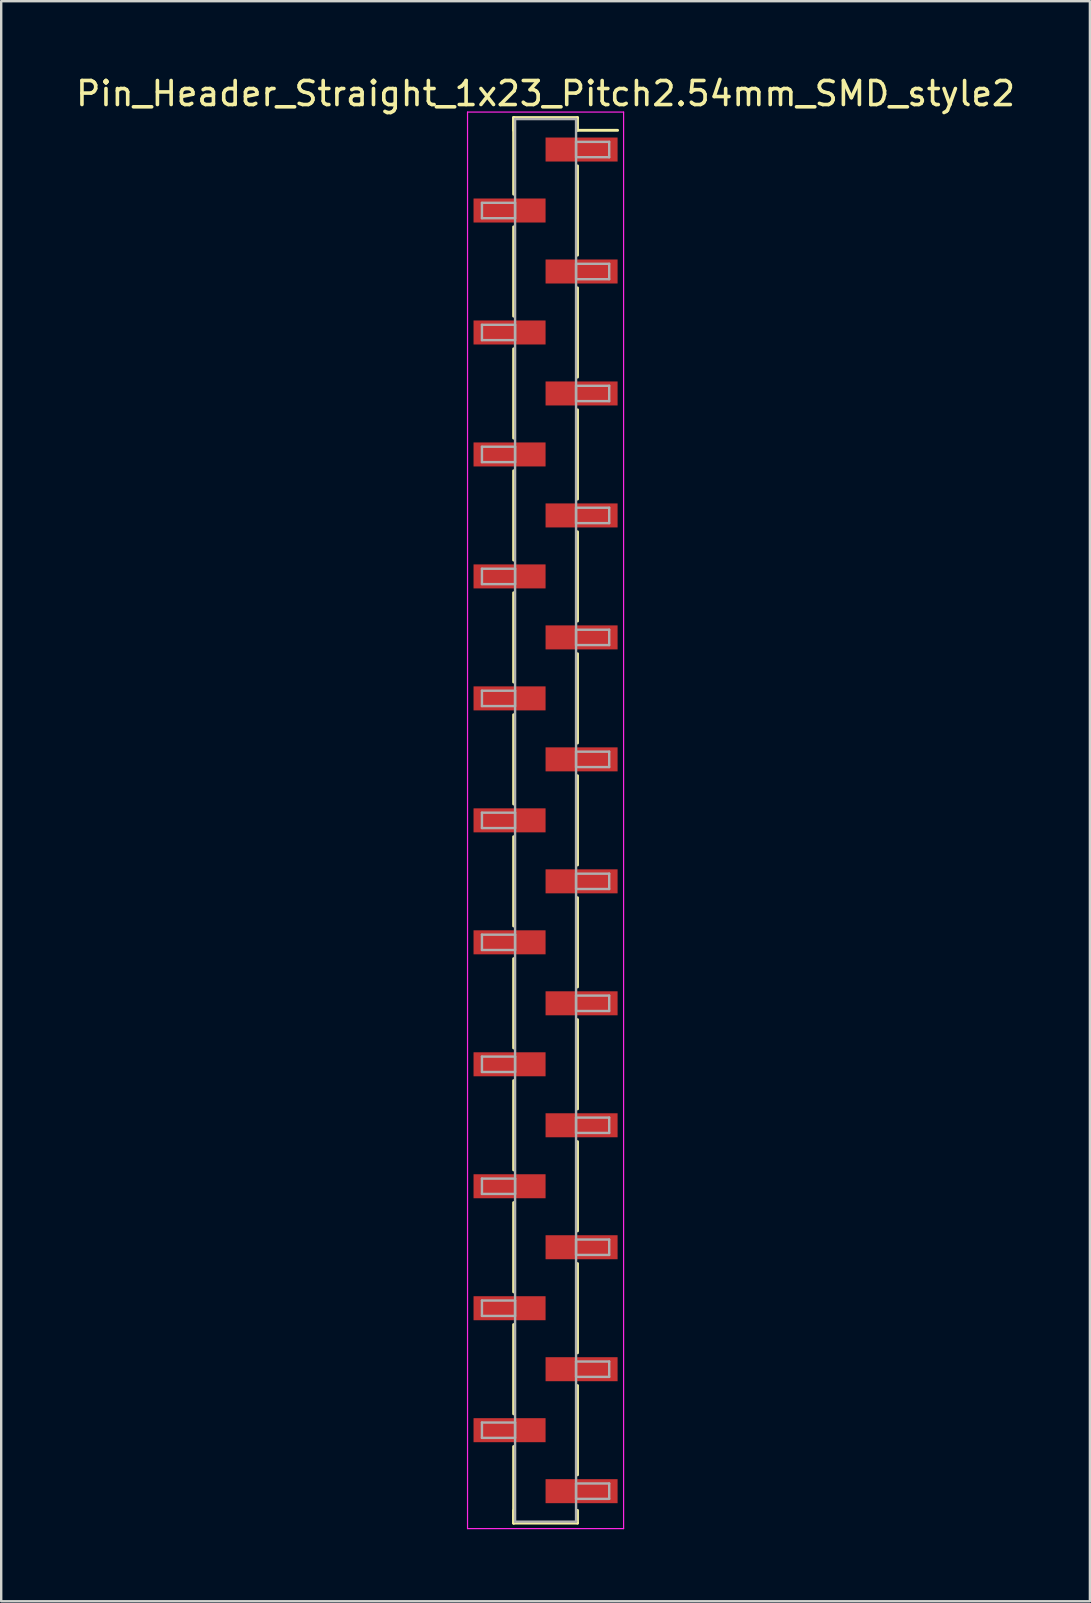
<source format=kicad_pcb>
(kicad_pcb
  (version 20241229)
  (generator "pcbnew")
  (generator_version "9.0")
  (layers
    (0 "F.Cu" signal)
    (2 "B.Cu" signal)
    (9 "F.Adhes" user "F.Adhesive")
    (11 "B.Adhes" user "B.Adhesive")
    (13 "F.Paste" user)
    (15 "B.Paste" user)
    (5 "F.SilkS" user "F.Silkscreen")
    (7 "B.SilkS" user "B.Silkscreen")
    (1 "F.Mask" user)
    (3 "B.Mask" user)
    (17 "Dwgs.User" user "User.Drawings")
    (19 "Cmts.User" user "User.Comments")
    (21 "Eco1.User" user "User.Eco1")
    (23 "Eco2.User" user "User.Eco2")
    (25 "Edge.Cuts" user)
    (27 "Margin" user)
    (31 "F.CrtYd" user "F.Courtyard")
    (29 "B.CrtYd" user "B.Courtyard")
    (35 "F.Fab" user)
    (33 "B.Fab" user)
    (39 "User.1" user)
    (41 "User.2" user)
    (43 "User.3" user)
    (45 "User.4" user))
  (footprint "Pin_Header_Straight_1x23_Pitch2.54mm_SMD_style2"
    (layer "F.Cu")
    (at 19.673 31.118)
    (property "Reference" "Pin_Header_Straight_1x23_Pitch2.54mm_SMD_style2" (at 0 -30.27 0) (layer "F.SilkS") (effects (font (size 1 1) (thickness 0.15))))
    (attr smd)
    (fp_line (start -1.33 -29.27) (end -1.33 -26.08) (stroke (width 0.12) (type solid)) (layer "F.SilkS"))
    (fp_line (start -1.33 -29.27) (end 1.33 -29.27) (stroke (width 0.12) (type solid)) (layer "F.SilkS"))
    (fp_line (start -1.33 -28.74) (end -1.33 -29.27) (stroke (width 0.12) (type solid)) (layer "F.SilkS"))
    (fp_line (start -1.33 -24.72) (end -1.33 -21) (stroke (width 0.12) (type solid)) (layer "F.SilkS"))
    (fp_line (start -1.33 -19.64) (end -1.33 -15.92) (stroke (width 0.12) (type solid)) (layer "F.SilkS"))
    (fp_line (start -1.33 -14.56) (end -1.33 -10.84) (stroke (width 0.12) (type solid)) (layer "F.SilkS"))
    (fp_line (start -1.33 -9.48) (end -1.33 -5.76) (stroke (width 0.12) (type solid)) (layer "F.SilkS"))
    (fp_line (start -1.33 -4.4) (end -1.33 -0.68) (stroke (width 0.12) (type solid)) (layer "F.SilkS"))
    (fp_line (start -1.33 0.68) (end -1.33 4.4) (stroke (width 0.12) (type solid)) (layer "F.SilkS"))
    (fp_line (start -1.33 5.76) (end -1.33 9.48) (stroke (width 0.12) (type solid)) (layer "F.SilkS"))
    (fp_line (start -1.33 10.84) (end -1.33 14.56) (stroke (width 0.12) (type solid)) (layer "F.SilkS"))
    (fp_line (start -1.33 15.92) (end -1.33 19.64) (stroke (width 0.12) (type solid)) (layer "F.SilkS"))
    (fp_line (start -1.33 21) (end -1.33 24.72) (stroke (width 0.12) (type solid)) (layer "F.SilkS"))
    (fp_line (start -1.33 26.08) (end -1.33 29.27) (stroke (width 0.12) (type solid)) (layer "F.SilkS"))
    (fp_line (start -1.33 28.74) (end -1.33 29.27) (stroke (width 0.12) (type solid)) (layer "F.SilkS"))
    (fp_line (start -1.33 29.27) (end 1.33 29.27) (stroke (width 0.12) (type solid)) (layer "F.SilkS"))
    (fp_line (start 1.33 -29.27) (end 1.33 -28.74) (stroke (width 0.12) (type solid)) (layer "F.SilkS"))
    (fp_line (start 1.33 -28.74) (end 3 -28.74) (stroke (width 0.12) (type solid)) (layer "F.SilkS"))
    (fp_line (start 1.33 -27.26) (end 1.33 -23.54) (stroke (width 0.12) (type solid)) (layer "F.SilkS"))
    (fp_line (start 1.33 -22.18) (end 1.33 -18.46) (stroke (width 0.12) (type solid)) (layer "F.SilkS"))
    (fp_line (start 1.33 -17.1) (end 1.33 -13.38) (stroke (width 0.12) (type solid)) (layer "F.SilkS"))
    (fp_line (start 1.33 -12.02) (end 1.33 -8.3) (stroke (width 0.12) (type solid)) (layer "F.SilkS"))
    (fp_line (start 1.33 -6.94) (end 1.33 -3.22) (stroke (width 0.12) (type solid)) (layer "F.SilkS"))
    (fp_line (start 1.33 -1.86) (end 1.33 1.86) (stroke (width 0.12) (type solid)) (layer "F.SilkS"))
    (fp_line (start 1.33 3.22) (end 1.33 6.94) (stroke (width 0.12) (type solid)) (layer "F.SilkS"))
    (fp_line (start 1.33 8.3) (end 1.33 12.02) (stroke (width 0.12) (type solid)) (layer "F.SilkS"))
    (fp_line (start 1.33 13.38) (end 1.33 17.1) (stroke (width 0.12) (type solid)) (layer "F.SilkS"))
    (fp_line (start 1.33 18.46) (end 1.33 22.18) (stroke (width 0.12) (type solid)) (layer "F.SilkS"))
    (fp_line (start 1.33 23.54) (end 1.33 27.26) (stroke (width 0.12) (type solid)) (layer "F.SilkS"))
    (fp_line (start 1.33 29.27) (end 1.33 28.74) (stroke (width 0.12) (type solid)) (layer "F.SilkS"))
    (fp_line (start -3.25 -29.5) (end -3.25 29.5) (stroke (width 0.05) (type solid)) (layer "F.CrtYd"))
    (fp_line (start -3.25 29.5) (end 3.25 29.5) (stroke (width 0.05) (type solid)) (layer "F.CrtYd"))
    (fp_line (start 3.25 -29.5) (end -3.25 -29.5) (stroke (width 0.05) (type solid)) (layer "F.CrtYd"))
    (fp_line (start 3.25 29.5) (end 3.25 -29.5) (stroke (width 0.05) (type solid)) (layer "F.CrtYd"))
    (fp_line (start -2.65 -25.72) (end -1.27 -25.72) (stroke (width 0.1) (type solid)) (layer "F.Fab"))
    (fp_line (start -2.65 -25.08) (end -2.65 -25.72) (stroke (width 0.1) (type solid)) (layer "F.Fab"))
    (fp_line (start -2.65 -20.64) (end -1.27 -20.64) (stroke (width 0.1) (type solid)) (layer "F.Fab"))
    (fp_line (start -2.65 -20) (end -2.65 -20.64) (stroke (width 0.1) (type solid)) (layer "F.Fab"))
    (fp_line (start -2.65 -15.56) (end -1.27 -15.56) (stroke (width 0.1) (type solid)) (layer "F.Fab"))
    (fp_line (start -2.65 -14.92) (end -2.65 -15.56) (stroke (width 0.1) (type solid)) (layer "F.Fab"))
    (fp_line (start -2.65 -10.48) (end -1.27 -10.48) (stroke (width 0.1) (type solid)) (layer "F.Fab"))
    (fp_line (start -2.65 -9.84) (end -2.65 -10.48) (stroke (width 0.1) (type solid)) (layer "F.Fab"))
    (fp_line (start -2.65 -5.4) (end -1.27 -5.4) (stroke (width 0.1) (type solid)) (layer "F.Fab"))
    (fp_line (start -2.65 -4.76) (end -2.65 -5.4) (stroke (width 0.1) (type solid)) (layer "F.Fab"))
    (fp_line (start -2.65 -0.32) (end -1.27 -0.32) (stroke (width 0.1) (type solid)) (layer "F.Fab"))
    (fp_line (start -2.65 0.32) (end -2.65 -0.32) (stroke (width 0.1) (type solid)) (layer "F.Fab"))
    (fp_line (start -2.65 4.76) (end -1.27 4.76) (stroke (width 0.1) (type solid)) (layer "F.Fab"))
    (fp_line (start -2.65 5.4) (end -2.65 4.76) (stroke (width 0.1) (type solid)) (layer "F.Fab"))
    (fp_line (start -2.65 9.84) (end -1.27 9.84) (stroke (width 0.1) (type solid)) (layer "F.Fab"))
    (fp_line (start -2.65 10.48) (end -2.65 9.84) (stroke (width 0.1) (type solid)) (layer "F.Fab"))
    (fp_line (start -2.65 14.92) (end -1.27 14.92) (stroke (width 0.1) (type solid)) (layer "F.Fab"))
    (fp_line (start -2.65 15.56) (end -2.65 14.92) (stroke (width 0.1) (type solid)) (layer "F.Fab"))
    (fp_line (start -2.65 20) (end -1.27 20) (stroke (width 0.1) (type solid)) (layer "F.Fab"))
    (fp_line (start -2.65 20.64) (end -2.65 20) (stroke (width 0.1) (type solid)) (layer "F.Fab"))
    (fp_line (start -2.65 25.08) (end -1.27 25.08) (stroke (width 0.1) (type solid)) (layer "F.Fab"))
    (fp_line (start -2.65 25.72) (end -2.65 25.08) (stroke (width 0.1) (type solid)) (layer "F.Fab"))
    (fp_line (start -1.27 -29.21) (end -1.27 29.21) (stroke (width 0.1) (type solid)) (layer "F.Fab"))
    (fp_line (start -1.27 -25.72) (end -1.27 -25.08) (stroke (width 0.1) (type solid)) (layer "F.Fab"))
    (fp_line (start -1.27 -25.08) (end -2.65 -25.08) (stroke (width 0.1) (type solid)) (layer "F.Fab"))
    (fp_line (start -1.27 -20.64) (end -1.27 -20) (stroke (width 0.1) (type solid)) (layer "F.Fab"))
    (fp_line (start -1.27 -20) (end -2.65 -20) (stroke (width 0.1) (type solid)) (layer "F.Fab"))
    (fp_line (start -1.27 -15.56) (end -1.27 -14.92) (stroke (width 0.1) (type solid)) (layer "F.Fab"))
    (fp_line (start -1.27 -14.92) (end -2.65 -14.92) (stroke (width 0.1) (type solid)) (layer "F.Fab"))
    (fp_line (start -1.27 -10.48) (end -1.27 -9.84) (stroke (width 0.1) (type solid)) (layer "F.Fab"))
    (fp_line (start -1.27 -9.84) (end -2.65 -9.84) (stroke (width 0.1) (type solid)) (layer "F.Fab"))
    (fp_line (start -1.27 -5.4) (end -1.27 -4.76) (stroke (width 0.1) (type solid)) (layer "F.Fab"))
    (fp_line (start -1.27 -4.76) (end -2.65 -4.76) (stroke (width 0.1) (type solid)) (layer "F.Fab"))
    (fp_line (start -1.27 -0.32) (end -1.27 0.32) (stroke (width 0.1) (type solid)) (layer "F.Fab"))
    (fp_line (start -1.27 0.32) (end -2.65 0.32) (stroke (width 0.1) (type solid)) (layer "F.Fab"))
    (fp_line (start -1.27 4.76) (end -1.27 5.4) (stroke (width 0.1) (type solid)) (layer "F.Fab"))
    (fp_line (start -1.27 5.4) (end -2.65 5.4) (stroke (width 0.1) (type solid)) (layer "F.Fab"))
    (fp_line (start -1.27 9.84) (end -1.27 10.48) (stroke (width 0.1) (type solid)) (layer "F.Fab"))
    (fp_line (start -1.27 10.48) (end -2.65 10.48) (stroke (width 0.1) (type solid)) (layer "F.Fab"))
    (fp_line (start -1.27 14.92) (end -1.27 15.56) (stroke (width 0.1) (type solid)) (layer "F.Fab"))
    (fp_line (start -1.27 15.56) (end -2.65 15.56) (stroke (width 0.1) (type solid)) (layer "F.Fab"))
    (fp_line (start -1.27 20) (end -1.27 20.64) (stroke (width 0.1) (type solid)) (layer "F.Fab"))
    (fp_line (start -1.27 20.64) (end -2.65 20.64) (stroke (width 0.1) (type solid)) (layer "F.Fab"))
    (fp_line (start -1.27 25.08) (end -1.27 25.72) (stroke (width 0.1) (type solid)) (layer "F.Fab"))
    (fp_line (start -1.27 25.72) (end -2.65 25.72) (stroke (width 0.1) (type solid)) (layer "F.Fab"))
    (fp_line (start -1.27 29.21) (end 1.27 29.21) (stroke (width 0.1) (type solid)) (layer "F.Fab"))
    (fp_line (start 1.27 -29.21) (end -1.27 -29.21) (stroke (width 0.1) (type solid)) (layer "F.Fab"))
    (fp_line (start 1.27 -28.26) (end 1.27 -27.62) (stroke (width 0.1) (type solid)) (layer "F.Fab"))
    (fp_line (start 1.27 -27.62) (end 2.65 -27.62) (stroke (width 0.1) (type solid)) (layer "F.Fab"))
    (fp_line (start 1.27 -23.18) (end 1.27 -22.54) (stroke (width 0.1) (type solid)) (layer "F.Fab"))
    (fp_line (start 1.27 -22.54) (end 2.65 -22.54) (stroke (width 0.1) (type solid)) (layer "F.Fab"))
    (fp_line (start 1.27 -18.1) (end 1.27 -17.46) (stroke (width 0.1) (type solid)) (layer "F.Fab"))
    (fp_line (start 1.27 -17.46) (end 2.65 -17.46) (stroke (width 0.1) (type solid)) (layer "F.Fab"))
    (fp_line (start 1.27 -13.02) (end 1.27 -12.38) (stroke (width 0.1) (type solid)) (layer "F.Fab"))
    (fp_line (start 1.27 -12.38) (end 2.65 -12.38) (stroke (width 0.1) (type solid)) (layer "F.Fab"))
    (fp_line (start 1.27 -7.94) (end 1.27 -7.3) (stroke (width 0.1) (type solid)) (layer "F.Fab"))
    (fp_line (start 1.27 -7.3) (end 2.65 -7.3) (stroke (width 0.1) (type solid)) (layer "F.Fab"))
    (fp_line (start 1.27 -2.86) (end 1.27 -2.22) (stroke (width 0.1) (type solid)) (layer "F.Fab"))
    (fp_line (start 1.27 -2.22) (end 2.65 -2.22) (stroke (width 0.1) (type solid)) (layer "F.Fab"))
    (fp_line (start 1.27 2.22) (end 1.27 2.86) (stroke (width 0.1) (type solid)) (layer "F.Fab"))
    (fp_line (start 1.27 2.86) (end 2.65 2.86) (stroke (width 0.1) (type solid)) (layer "F.Fab"))
    (fp_line (start 1.27 7.3) (end 1.27 7.94) (stroke (width 0.1) (type solid)) (layer "F.Fab"))
    (fp_line (start 1.27 7.94) (end 2.65 7.94) (stroke (width 0.1) (type solid)) (layer "F.Fab"))
    (fp_line (start 1.27 12.38) (end 1.27 13.02) (stroke (width 0.1) (type solid)) (layer "F.Fab"))
    (fp_line (start 1.27 13.02) (end 2.65 13.02) (stroke (width 0.1) (type solid)) (layer "F.Fab"))
    (fp_line (start 1.27 17.46) (end 1.27 18.1) (stroke (width 0.1) (type solid)) (layer "F.Fab"))
    (fp_line (start 1.27 18.1) (end 2.65 18.1) (stroke (width 0.1) (type solid)) (layer "F.Fab"))
    (fp_line (start 1.27 22.54) (end 1.27 23.18) (stroke (width 0.1) (type solid)) (layer "F.Fab"))
    (fp_line (start 1.27 23.18) (end 2.65 23.18) (stroke (width 0.1) (type solid)) (layer "F.Fab"))
    (fp_line (start 1.27 27.62) (end 1.27 28.26) (stroke (width 0.1) (type solid)) (layer "F.Fab"))
    (fp_line (start 1.27 28.26) (end 2.65 28.26) (stroke (width 0.1) (type solid)) (layer "F.Fab"))
    (fp_line (start 1.27 29.21) (end 1.27 -29.21) (stroke (width 0.1) (type solid)) (layer "F.Fab"))
    (fp_line (start 2.65 -28.26) (end 1.27 -28.26) (stroke (width 0.1) (type solid)) (layer "F.Fab"))
    (fp_line (start 2.65 -27.62) (end 2.65 -28.26) (stroke (width 0.1) (type solid)) (layer "F.Fab"))
    (fp_line (start 2.65 -23.18) (end 1.27 -23.18) (stroke (width 0.1) (type solid)) (layer "F.Fab"))
    (fp_line (start 2.65 -22.54) (end 2.65 -23.18) (stroke (width 0.1) (type solid)) (layer "F.Fab"))
    (fp_line (start 2.65 -18.1) (end 1.27 -18.1) (stroke (width 0.1) (type solid)) (layer "F.Fab"))
    (fp_line (start 2.65 -17.46) (end 2.65 -18.1) (stroke (width 0.1) (type solid)) (layer "F.Fab"))
    (fp_line (start 2.65 -13.02) (end 1.27 -13.02) (stroke (width 0.1) (type solid)) (layer "F.Fab"))
    (fp_line (start 2.65 -12.38) (end 2.65 -13.02) (stroke (width 0.1) (type solid)) (layer "F.Fab"))
    (fp_line (start 2.65 -7.94) (end 1.27 -7.94) (stroke (width 0.1) (type solid)) (layer "F.Fab"))
    (fp_line (start 2.65 -7.3) (end 2.65 -7.94) (stroke (width 0.1) (type solid)) (layer "F.Fab"))
    (fp_line (start 2.65 -2.86) (end 1.27 -2.86) (stroke (width 0.1) (type solid)) (layer "F.Fab"))
    (fp_line (start 2.65 -2.22) (end 2.65 -2.86) (stroke (width 0.1) (type solid)) (layer "F.Fab"))
    (fp_line (start 2.65 2.22) (end 1.27 2.22) (stroke (width 0.1) (type solid)) (layer "F.Fab"))
    (fp_line (start 2.65 2.86) (end 2.65 2.22) (stroke (width 0.1) (type solid)) (layer "F.Fab"))
    (fp_line (start 2.65 7.3) (end 1.27 7.3) (stroke (width 0.1) (type solid)) (layer "F.Fab"))
    (fp_line (start 2.65 7.94) (end 2.65 7.3) (stroke (width 0.1) (type solid)) (layer "F.Fab"))
    (fp_line (start 2.65 12.38) (end 1.27 12.38) (stroke (width 0.1) (type solid)) (layer "F.Fab"))
    (fp_line (start 2.65 13.02) (end 2.65 12.38) (stroke (width 0.1) (type solid)) (layer "F.Fab"))
    (fp_line (start 2.65 17.46) (end 1.27 17.46) (stroke (width 0.1) (type solid)) (layer "F.Fab"))
    (fp_line (start 2.65 18.1) (end 2.65 17.46) (stroke (width 0.1) (type solid)) (layer "F.Fab"))
    (fp_line (start 2.65 22.54) (end 1.27 22.54) (stroke (width 0.1) (type solid)) (layer "F.Fab"))
    (fp_line (start 2.65 23.18) (end 2.65 22.54) (stroke (width 0.1) (type solid)) (layer "F.Fab"))
    (fp_line (start 2.65 27.62) (end 1.27 27.62) (stroke (width 0.1) (type solid)) (layer "F.Fab"))
    (fp_line (start 2.65 28.26) (end 2.65 27.62) (stroke (width 0.1) (type solid)) (layer "F.Fab"))
    (pad "1" smd rect (at 1.5 -27.94) (size 3 1) (layers "F.Cu" "F.Mask"))
    (pad "2" smd rect (at -1.5 -25.4) (size 3 1) (layers "F.Cu" "F.Mask"))
    (pad "3" smd rect (at 1.5 -22.86) (size 3 1) (layers "F.Cu" "F.Mask"))
    (pad "4" smd rect (at -1.5 -20.32) (size 3 1) (layers "F.Cu" "F.Mask"))
    (pad "5" smd rect (at 1.5 -17.78) (size 3 1) (layers "F.Cu" "F.Mask"))
    (pad "6" smd rect (at -1.5 -15.24) (size 3 1) (layers "F.Cu" "F.Mask"))
    (pad "7" smd rect (at 1.5 -12.7) (size 3 1) (layers "F.Cu" "F.Mask"))
    (pad "8" smd rect (at -1.5 -10.16) (size 3 1) (layers "F.Cu" "F.Mask"))
    (pad "9" smd rect (at 1.5 -7.62) (size 3 1) (layers "F.Cu" "F.Mask"))
    (pad "10" smd rect (at -1.5 -5.08) (size 3 1) (layers "F.Cu" "F.Mask"))
    (pad "11" smd rect (at 1.5 -2.54) (size 3 1) (layers "F.Cu" "F.Mask"))
    (pad "12" smd rect (at -1.5 0) (size 3 1) (layers "F.Cu" "F.Mask"))
    (pad "13" smd rect (at 1.5 2.54) (size 3 1) (layers "F.Cu" "F.Mask"))
    (pad "14" smd rect (at -1.5 5.08) (size 3 1) (layers "F.Cu" "F.Mask"))
    (pad "15" smd rect (at 1.5 7.62) (size 3 1) (layers "F.Cu" "F.Mask"))
    (pad "16" smd rect (at -1.5 10.16) (size 3 1) (layers "F.Cu" "F.Mask"))
    (pad "17" smd rect (at 1.5 12.7) (size 3 1) (layers "F.Cu" "F.Mask"))
    (pad "18" smd rect (at -1.5 15.24) (size 3 1) (layers "F.Cu" "F.Mask"))
    (pad "19" smd rect (at 1.5 17.78) (size 3 1) (layers "F.Cu" "F.Mask"))
    (pad "20" smd rect (at -1.5 20.32) (size 3 1) (layers "F.Cu" "F.Mask"))
    (pad "21" smd rect (at 1.5 22.86) (size 3 1) (layers "F.Cu" "F.Mask"))
    (pad "22" smd rect (at -1.5 25.4) (size 3 1) (layers "F.Cu" "F.Mask"))
    (pad "23" smd rect (at 1.5 27.94) (size 3 1) (layers "F.Cu" "F.Mask")))
  (gr_rect
    (start -3 -3)
    (end 42.345 63.643)
    (stroke (width 0.1) (type default))
    (fill no)
    (layer "Edge.Cuts")))
</source>
